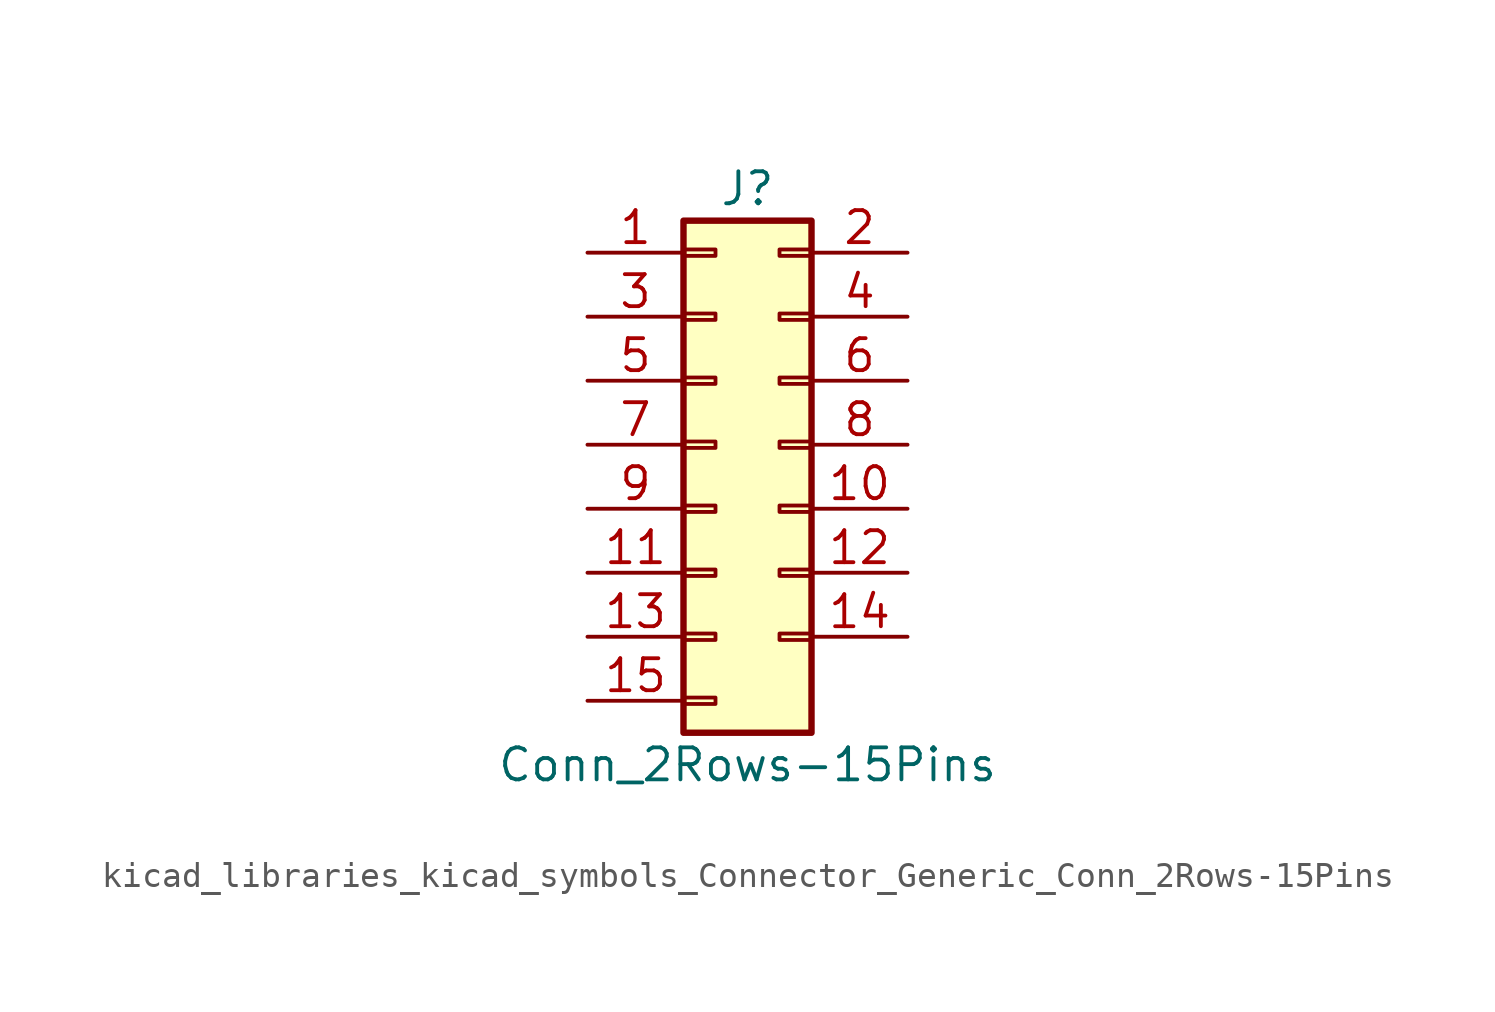
<source format=kicad_sym>
(kicad_symbol_lib
  (version 20220914)
  (generator kicad_symbol_editor)
  (symbol "kicad_libraries_kicad_symbols_Connector_Generic_Conn_2Rows-15Pins"
    (pin_names
      (offset 1.016) hide)
    (property "Reference" "J"
      (at 1.27 10.16 0)
      (effects (font (size 1.27 1.27))))
    (property "Value" "Conn_2Rows-15Pins"
      (at 1.27 -12.7 0)
      (effects (font (size 1.27 1.27))))
    (symbol "kicad_libraries_kicad_symbols_Connector_Generic_Conn_2Rows-15Pins_1_1"
      (rectangle (start -1.27 -10.033) (end 0 -10.287) (stroke (width 0.152) (type default)) (fill (type none)))
      (rectangle (start -1.27 -7.493) (end 0 -7.747) (stroke (width 0.152) (type default)) (fill (type none)))
      (rectangle (start -1.27 -4.953) (end 0 -5.207) (stroke (width 0.152) (type default)) (fill (type none)))
      (rectangle (start -1.27 -2.413) (end 0 -2.667) (stroke (width 0.152) (type default)) (fill (type none)))
      (rectangle (start -1.27 0.127) (end 0 -0.127) (stroke (width 0.152) (type default)) (fill (type none)))
      (rectangle (start -1.27 2.667) (end 0 2.413) (stroke (width 0.152) (type default)) (fill (type none)))
      (rectangle (start -1.27 5.207) (end 0 4.953) (stroke (width 0.152) (type default)) (fill (type none)))
      (rectangle (start -1.27 7.747) (end 0 7.493) (stroke (width 0.152) (type default)) (fill (type none)))
      (rectangle (start -1.27 8.89) (end 3.81 -11.43) (stroke (width 0.254) (type default)) (fill (type background)))
      (rectangle (start 3.81 -7.493) (end 2.54 -7.747) (stroke (width 0.152) (type default)) (fill (type none)))
      (rectangle (start 3.81 -4.953) (end 2.54 -5.207) (stroke (width 0.152) (type default)) (fill (type none)))
      (rectangle (start 3.81 -2.413) (end 2.54 -2.667) (stroke (width 0.152) (type default)) (fill (type none)))
      (rectangle (start 3.81 0.127) (end 2.54 -0.127) (stroke (width 0.152) (type default)) (fill (type none)))
      (rectangle (start 3.81 2.667) (end 2.54 2.413) (stroke (width 0.152) (type default)) (fill (type none)))
      (rectangle (start 3.81 5.207) (end 2.54 4.953) (stroke (width 0.152) (type default)) (fill (type none)))
      (rectangle (start 3.81 7.747) (end 2.54 7.493) (stroke (width 0.152) (type default)) (fill (type none)))
      (pin passive line (at -5.08 7.62 0) (length 3.81) (name "Pin_1" (effects (font (size 1.27 1.27)))) (number "1" (effects (font (size 1.27 1.27)))))
      (pin passive line (at 7.62 -2.54 180) (length 3.81) (name "Pin_10" (effects (font (size 1.27 1.27)))) (number "10" (effects (font (size 1.27 1.27)))))
      (pin passive line (at -5.08 -5.08 0) (length 3.81) (name "Pin_11" (effects (font (size 1.27 1.27)))) (number "11" (effects (font (size 1.27 1.27)))))
      (pin passive line (at 7.62 -5.08 180) (length 3.81) (name "Pin_12" (effects (font (size 1.27 1.27)))) (number "12" (effects (font (size 1.27 1.27)))))
      (pin passive line (at -5.08 -7.62 0) (length 3.81) (name "Pin_13" (effects (font (size 1.27 1.27)))) (number "13" (effects (font (size 1.27 1.27)))))
      (pin passive line (at 7.62 -7.62 180) (length 3.81) (name "Pin_14" (effects (font (size 1.27 1.27)))) (number "14" (effects (font (size 1.27 1.27)))))
      (pin passive line (at -5.08 -10.16 0) (length 3.81) (name "Pin_15" (effects (font (size 1.27 1.27)))) (number "15" (effects (font (size 1.27 1.27)))))
      (pin passive line (at 7.62 7.62 180) (length 3.81) (name "Pin_2" (effects (font (size 1.27 1.27)))) (number "2" (effects (font (size 1.27 1.27)))))
      (pin passive line (at -5.08 5.08 0) (length 3.81) (name "Pin_3" (effects (font (size 1.27 1.27)))) (number "3" (effects (font (size 1.27 1.27)))))
      (pin passive line (at 7.62 5.08 180) (length 3.81) (name "Pin_4" (effects (font (size 1.27 1.27)))) (number "4" (effects (font (size 1.27 1.27)))))
      (pin passive line (at -5.08 2.54 0) (length 3.81) (name "Pin_5" (effects (font (size 1.27 1.27)))) (number "5" (effects (font (size 1.27 1.27)))))
      (pin passive line (at 7.62 2.54 180) (length 3.81) (name "Pin_6" (effects (font (size 1.27 1.27)))) (number "6" (effects (font (size 1.27 1.27)))))
      (pin passive line (at -5.08 0 0) (length 3.81) (name "Pin_7" (effects (font (size 1.27 1.27)))) (number "7" (effects (font (size 1.27 1.27)))))
      (pin passive line (at 7.62 0 180) (length 3.81) (name "Pin_8" (effects (font (size 1.27 1.27)))) (number "8" (effects (font (size 1.27 1.27)))))
      (pin passive line (at -5.08 -2.54 0) (length 3.81) (name "Pin_9" (effects (font (size 1.27 1.27)))) (number "9" (effects (font (size 1.27 1.27))))))))
</source>
